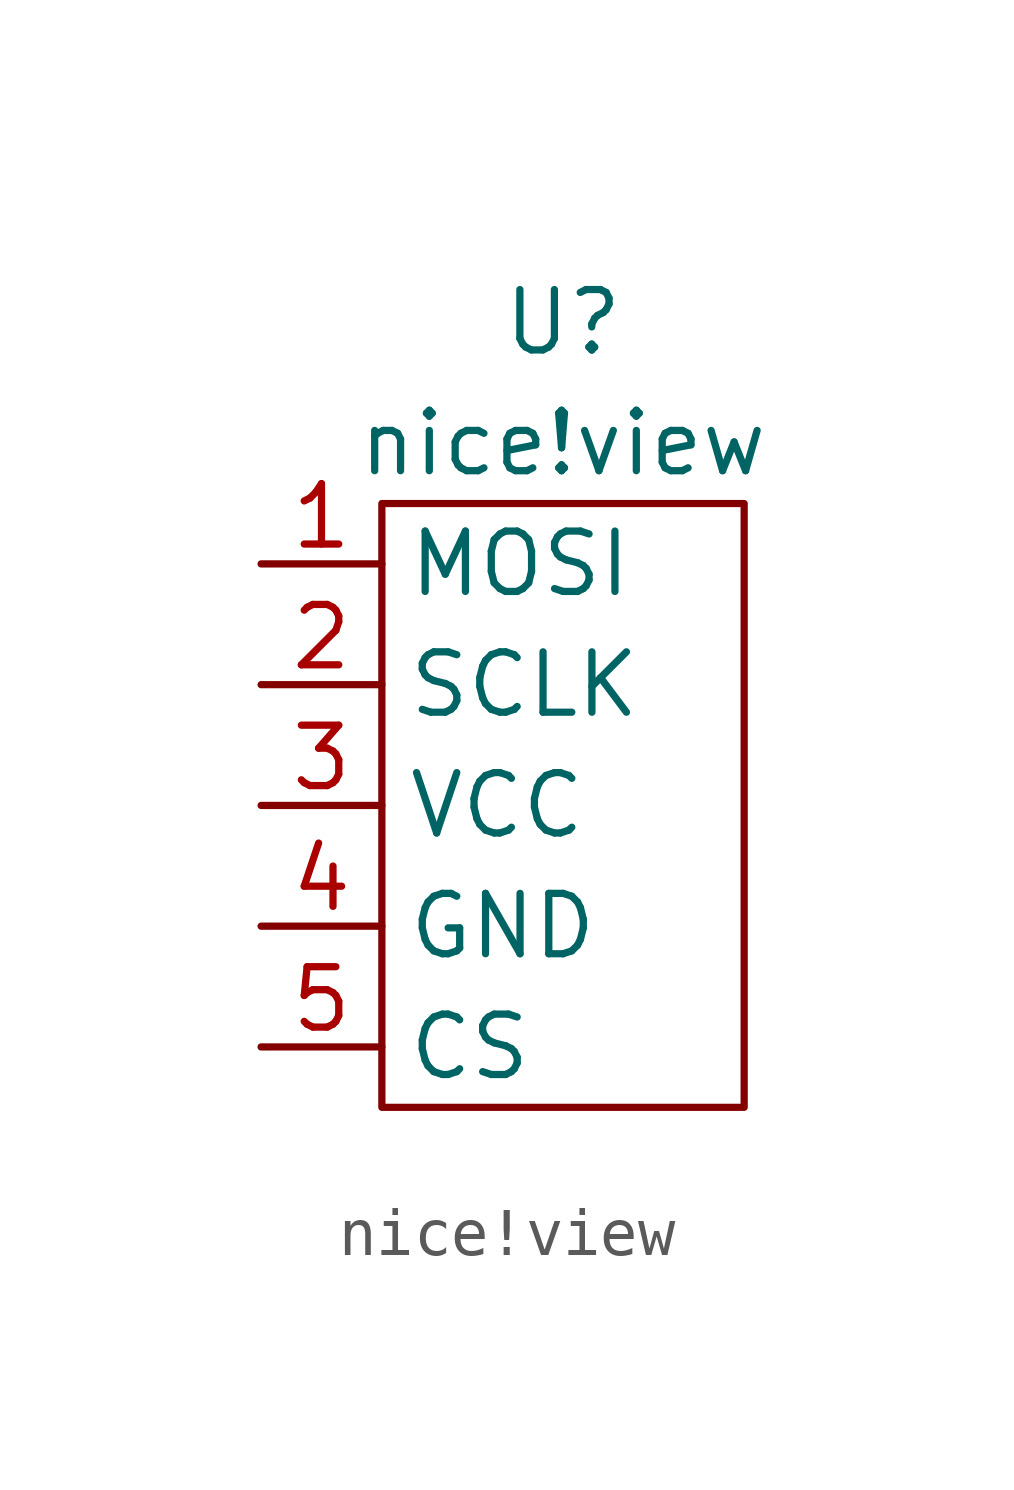
<source format=kicad_sym>
(kicad_symbol_lib
  (version 20211014)
  (generator kicad_symbol_editor)
  (symbol "nice!view"
    (property "Reference" "U"
      (at 0 3.81 0)
      (effects (font (size 1.27 1.27))))
    (property "Value" "nice!view"
      (at 0 1.27 0)
      (effects (font (size 1.27 1.27))))
    (symbol "nice!view_0_0"
      (pin input line (at -6.35 -1.27 0) (length 2.54) (name "MOSI" (effects (font (size 1.27 1.27)))) (number "1" (effects (font (size 1.27 1.27)))))
      (pin input line (at -6.35 -3.81 0) (length 2.54) (name "SCLK" (effects (font (size 1.27 1.27)))) (number "2" (effects (font (size 1.27 1.27)))))
      (pin power_in line (at -6.35 -6.35 0) (length 2.54) (name "VCC" (effects (font (size 1.27 1.27)))) (number "3" (effects (font (size 1.27 1.27)))))
      (pin power_in line (at -6.35 -8.89 0) (length 2.54) (name "GND" (effects (font (size 1.27 1.27)))) (number "4" (effects (font (size 1.27 1.27)))))
      (pin input line (at -6.35 -11.43 0) (length 2.54) (name "CS" (effects (font (size 1.27 1.27)))) (number "5" (effects (font (size 1.27 1.27))))))
    (symbol "nice!view_0_1"
      (rectangle (start -3.81 0) (end 3.81 -12.7) (stroke (width 0.152) (type default) (color 0 0 0 0)) (fill (type none))))))
</source>
